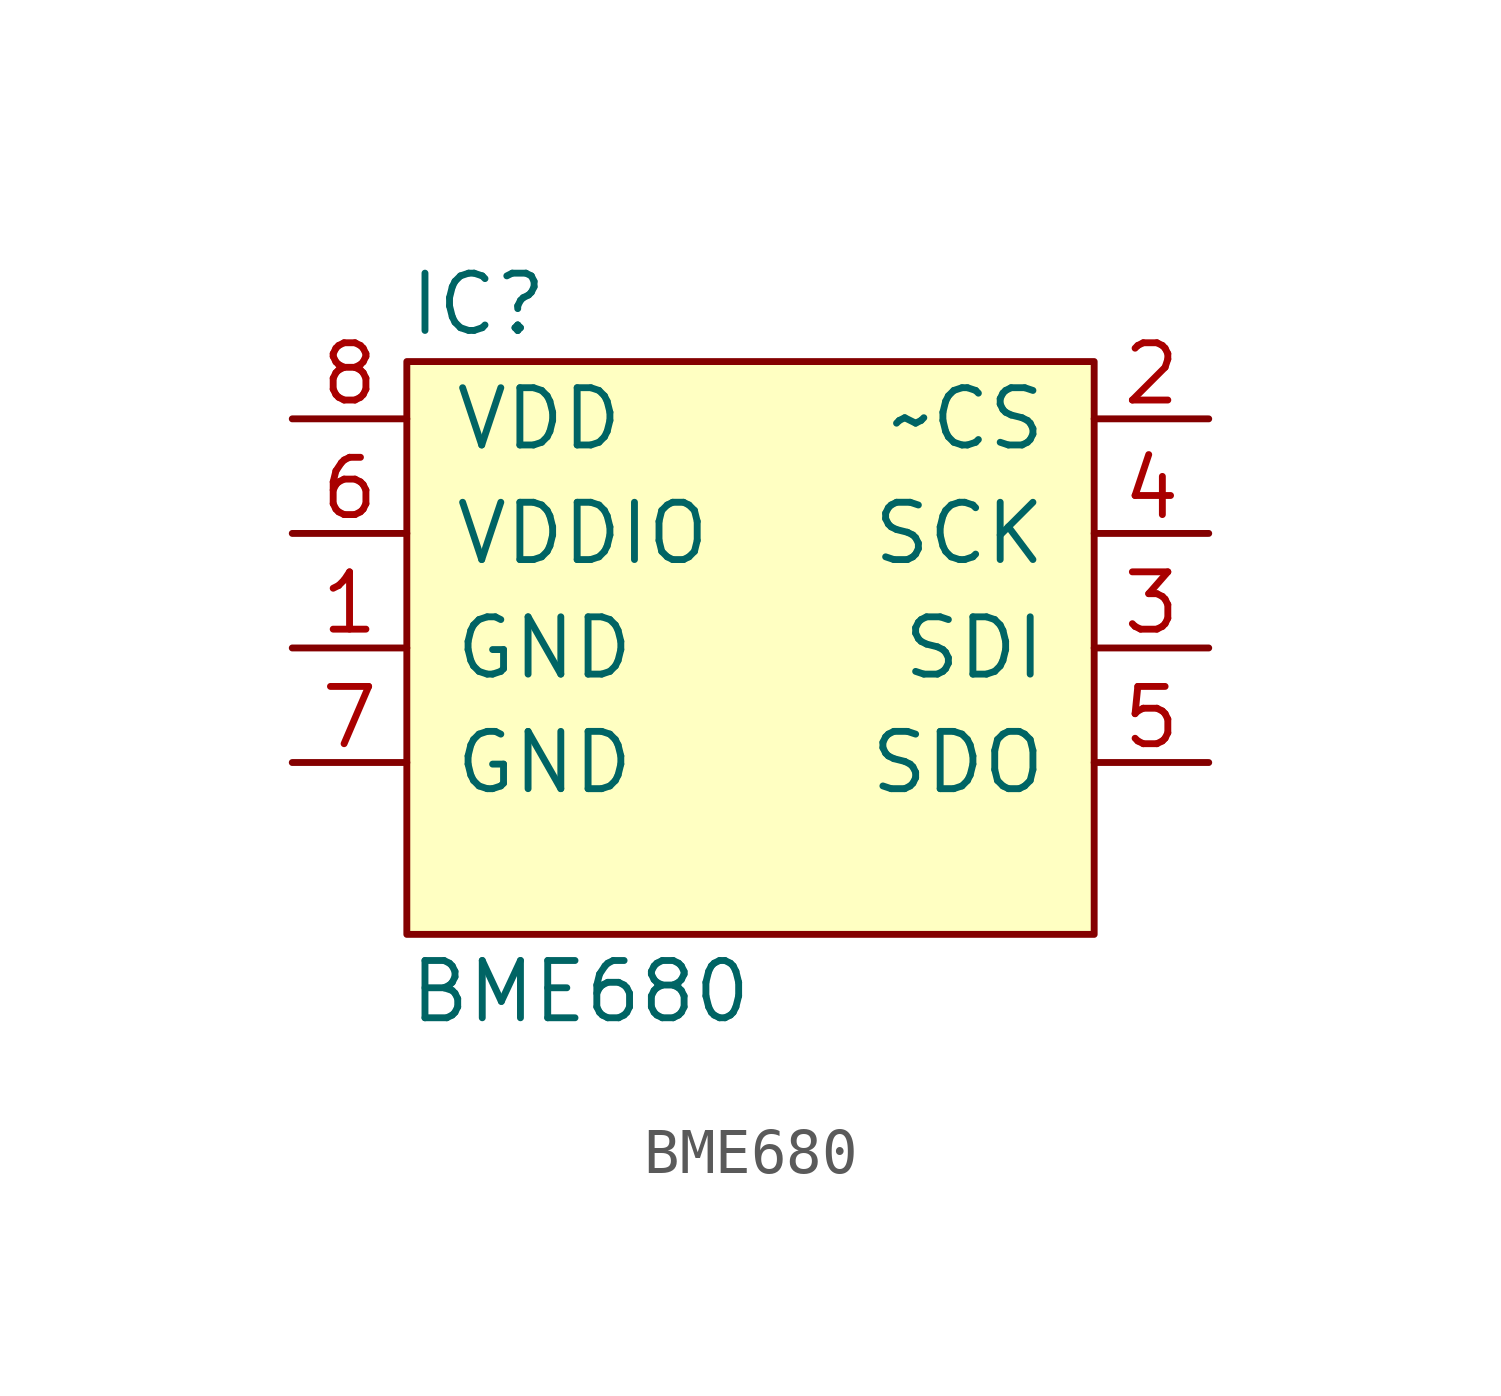
<source format=kicad_sym>
(kicad_symbol_lib
  (version 20211014)
  (generator agg_kicad.build_lib_ic)
  (symbol "BME680"
    (pin_names
      (offset 1.016))
    (property Reference IC
      (at -7.62 7.62 0)
      (effects (font (size 1.27 1.27)) (justify left)))
    (property Value "BME680"
      (at -7.62 -7.62 0)
      (effects (font (size 1.27 1.27)) (justify left)))
    (symbol "BME680_0_0"
      (rectangle (start -7.62 6.35) (end 7.62 -6.35) (stroke (width 0) (type default) (color 0 0 0 0)) (fill (type background)))
      (pin power_in line (at -10.16 5.08 0) (length 2.54) (name VDD (effects (font (size 1.27 1.27)))) (number "8" (effects (font (size 1.27 1.27)))))
      (pin power_in line (at -10.16 2.54 0) (length 2.54) (name VDDIO (effects (font (size 1.27 1.27)))) (number "6" (effects (font (size 1.27 1.27)))))
      (pin power_in line (at -10.16 0 0) (length 2.54) (name GND (effects (font (size 1.27 1.27)))) (number "1" (effects (font (size 1.27 1.27)))))
      (pin power_in line (at -10.16 -2.54 0) (length 2.54) (name GND (effects (font (size 1.27 1.27)))) (number "7" (effects (font (size 1.27 1.27)))))
      (pin input line (at 10.16 5.08 180) (length 2.54) (name "~CS" (effects (font (size 1.27 1.27)))) (number "2" (effects (font (size 1.27 1.27)))))
      (pin input line (at 10.16 2.54 180) (length 2.54) (name SCK (effects (font (size 1.27 1.27)))) (number "4" (effects (font (size 1.27 1.27)))))
      (pin bidirectional line (at 10.16 0 180) (length 2.54) (name SDI (effects (font (size 1.27 1.27)))) (number "3" (effects (font (size 1.27 1.27)))))
      (pin bidirectional line (at 10.16 -2.54 180) (length 2.54) (name SDO (effects (font (size 1.27 1.27)))) (number "5" (effects (font (size 1.27 1.27))))))))
</source>
